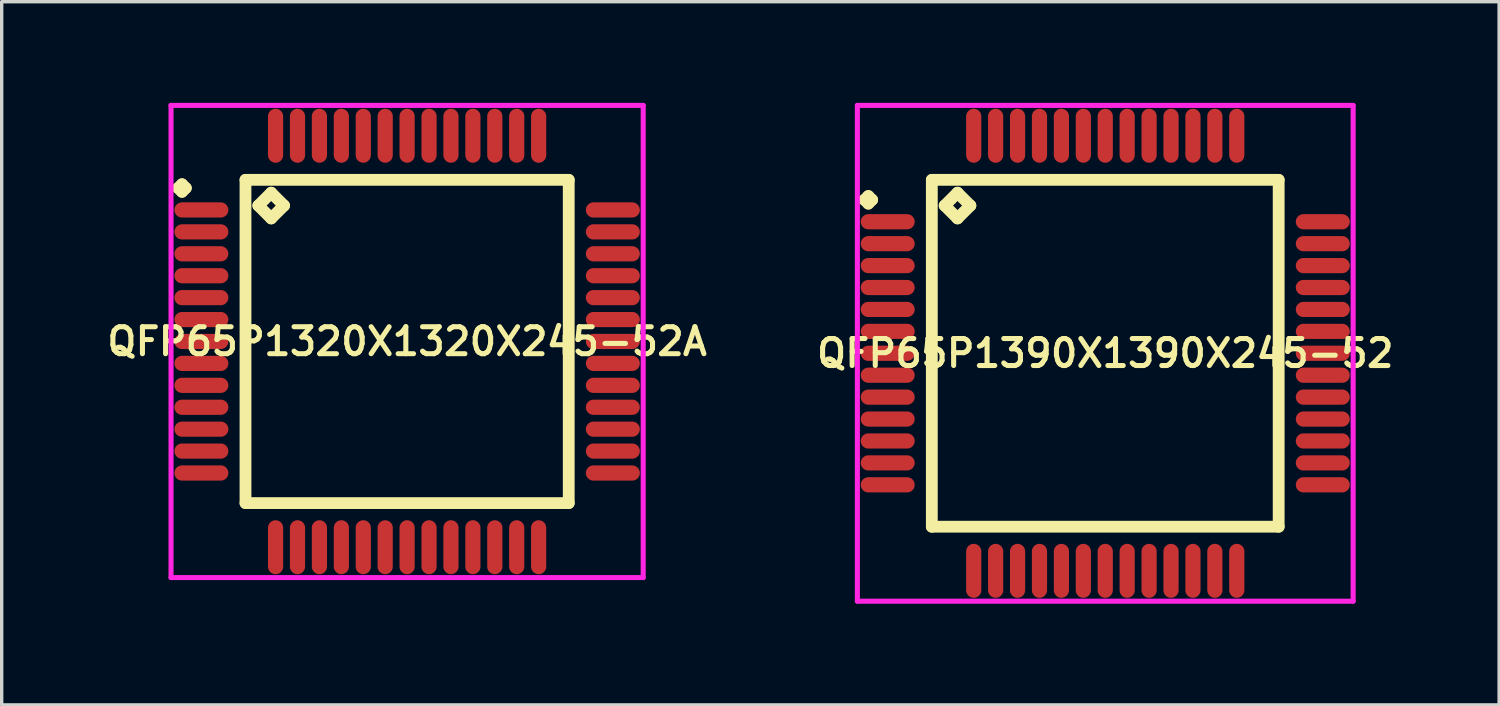
<source format=kicad_pcb>
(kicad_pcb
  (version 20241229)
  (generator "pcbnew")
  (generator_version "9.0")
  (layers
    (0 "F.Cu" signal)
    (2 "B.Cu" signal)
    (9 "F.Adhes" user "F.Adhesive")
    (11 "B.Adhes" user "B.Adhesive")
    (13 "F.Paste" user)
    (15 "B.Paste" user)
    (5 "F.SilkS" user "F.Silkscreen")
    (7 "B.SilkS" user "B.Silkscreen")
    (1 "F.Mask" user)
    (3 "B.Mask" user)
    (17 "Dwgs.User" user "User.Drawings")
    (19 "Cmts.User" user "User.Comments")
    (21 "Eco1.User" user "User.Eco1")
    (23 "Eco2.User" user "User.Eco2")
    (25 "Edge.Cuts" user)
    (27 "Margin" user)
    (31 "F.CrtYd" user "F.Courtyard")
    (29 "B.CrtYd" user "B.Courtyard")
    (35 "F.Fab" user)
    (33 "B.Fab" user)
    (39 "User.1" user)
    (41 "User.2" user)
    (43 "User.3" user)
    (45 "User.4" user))
  (footprint "QFP65P1320X1320X245-52A"
    (layer "F.Cu")
    (at 9.021 7.075)
    (property "Reference" "QFP65P1320X1320X245-52A" (at 0 0 0) (layer "F.SilkS") (effects (font (size 0.8 0.8) (thickness 0.15))))
    (attr smd)
    (fp_line (start -6.787 -4.55) (end -6.675 -4.662) (stroke (width 0.35) (type solid)) (layer "F.SilkS"))
    (fp_line (start -6.675 -4.662) (end -6.562 -4.55) (stroke (width 0.35) (type solid)) (layer "F.SilkS"))
    (fp_line (start -6.675 -4.438) (end -6.787 -4.55) (stroke (width 0.35) (type solid)) (layer "F.SilkS"))
    (fp_line (start -6.562 -4.55) (end -6.675 -4.438) (stroke (width 0.35) (type solid)) (layer "F.SilkS"))
    (fp_line (start -4.792 -4.792) (end -4.792 4.792) (stroke (width 0.35) (type solid)) (layer "F.SilkS"))
    (fp_line (start -4.792 4.792) (end 4.792 4.792) (stroke (width 0.35) (type solid)) (layer "F.SilkS"))
    (fp_line (start -4.411 -4.03) (end -4.03 -4.411) (stroke (width 0.35) (type solid)) (layer "F.SilkS"))
    (fp_line (start -4.03 -4.411) (end -3.649 -4.03) (stroke (width 0.35) (type solid)) (layer "F.SilkS"))
    (fp_line (start -4.03 -3.649) (end -4.411 -4.03) (stroke (width 0.35) (type solid)) (layer "F.SilkS"))
    (fp_line (start -3.649 -4.03) (end -4.03 -3.649) (stroke (width 0.35) (type solid)) (layer "F.SilkS"))
    (fp_line (start 4.792 -4.792) (end -4.792 -4.792) (stroke (width 0.35) (type solid)) (layer "F.SilkS"))
    (fp_line (start 4.792 4.792) (end 4.792 -4.792) (stroke (width 0.35) (type solid)) (layer "F.SilkS"))
    (fp_line (start -7 -7) (end 7 -7) (stroke (width 0.15) (type solid)) (layer "F.CrtYd"))
    (fp_line (start -7 7) (end -7 -7) (stroke (width 0.15) (type solid)) (layer "F.CrtYd"))
    (fp_line (start 7 -7) (end 7 7) (stroke (width 0.15) (type solid)) (layer "F.CrtYd"))
    (fp_line (start 7 7) (end -7 7) (stroke (width 0.15) (type solid)) (layer "F.CrtYd"))
    (pad "1" smd oval (at -6.1 -3.9) (size 1.6 0.45) (layers "F.Cu" "F.Mask" "F.Paste"))
    (pad "2" smd oval (at -6.1 -3.25) (size 1.6 0.45) (layers "F.Cu" "F.Mask" "F.Paste"))
    (pad "3" smd oval (at -6.1 -2.6) (size 1.6 0.45) (layers "F.Cu" "F.Mask" "F.Paste"))
    (pad "4" smd oval (at -6.1 -1.95) (size 1.6 0.45) (layers "F.Cu" "F.Mask" "F.Paste"))
    (pad "5" smd oval (at -6.1 -1.3) (size 1.6 0.45) (layers "F.Cu" "F.Mask" "F.Paste"))
    (pad "6" smd oval (at -6.1 -0.65) (size 1.6 0.45) (layers "F.Cu" "F.Mask" "F.Paste"))
    (pad "7" smd oval (at -6.1 0) (size 1.6 0.45) (layers "F.Cu" "F.Mask" "F.Paste"))
    (pad "8" smd oval (at -6.1 0.65) (size 1.6 0.45) (layers "F.Cu" "F.Mask" "F.Paste"))
    (pad "9" smd oval (at -6.1 1.3) (size 1.6 0.45) (layers "F.Cu" "F.Mask" "F.Paste"))
    (pad "10" smd oval (at -6.1 1.95) (size 1.6 0.45) (layers "F.Cu" "F.Mask" "F.Paste"))
    (pad "11" smd oval (at -6.1 2.6) (size 1.6 0.45) (layers "F.Cu" "F.Mask" "F.Paste"))
    (pad "12" smd oval (at -6.1 3.25) (size 1.6 0.45) (layers "F.Cu" "F.Mask" "F.Paste"))
    (pad "13" smd oval (at -6.1 3.9) (size 1.6 0.45) (layers "F.Cu" "F.Mask" "F.Paste"))
    (pad "14" smd oval (at -3.9 6.1) (size 0.45 1.6) (layers "F.Cu" "F.Mask" "F.Paste"))
    (pad "15" smd oval (at -3.25 6.1) (size 0.45 1.6) (layers "F.Cu" "F.Mask" "F.Paste"))
    (pad "16" smd oval (at -2.6 6.1) (size 0.45 1.6) (layers "F.Cu" "F.Mask" "F.Paste"))
    (pad "17" smd oval (at -1.95 6.1) (size 0.45 1.6) (layers "F.Cu" "F.Mask" "F.Paste"))
    (pad "18" smd oval (at -1.3 6.1) (size 0.45 1.6) (layers "F.Cu" "F.Mask" "F.Paste"))
    (pad "19" smd oval (at -0.65 6.1) (size 0.45 1.6) (layers "F.Cu" "F.Mask" "F.Paste"))
    (pad "20" smd oval (at 0 6.1) (size 0.45 1.6) (layers "F.Cu" "F.Mask" "F.Paste"))
    (pad "21" smd oval (at 0.65 6.1) (size 0.45 1.6) (layers "F.Cu" "F.Mask" "F.Paste"))
    (pad "22" smd oval (at 1.3 6.1) (size 0.45 1.6) (layers "F.Cu" "F.Mask" "F.Paste"))
    (pad "23" smd oval (at 1.95 6.1) (size 0.45 1.6) (layers "F.Cu" "F.Mask" "F.Paste"))
    (pad "24" smd oval (at 2.6 6.1) (size 0.45 1.6) (layers "F.Cu" "F.Mask" "F.Paste"))
    (pad "25" smd oval (at 3.25 6.1) (size 0.45 1.6) (layers "F.Cu" "F.Mask" "F.Paste"))
    (pad "26" smd oval (at 3.9 6.1) (size 0.45 1.6) (layers "F.Cu" "F.Mask" "F.Paste"))
    (pad "27" smd oval (at 6.1 3.9) (size 1.6 0.45) (layers "F.Cu" "F.Mask" "F.Paste"))
    (pad "28" smd oval (at 6.1 3.25) (size 1.6 0.45) (layers "F.Cu" "F.Mask" "F.Paste"))
    (pad "29" smd oval (at 6.1 2.6) (size 1.6 0.45) (layers "F.Cu" "F.Mask" "F.Paste"))
    (pad "30" smd oval (at 6.1 1.95) (size 1.6 0.45) (layers "F.Cu" "F.Mask" "F.Paste"))
    (pad "31" smd oval (at 6.1 1.3) (size 1.6 0.45) (layers "F.Cu" "F.Mask" "F.Paste"))
    (pad "32" smd oval (at 6.1 0.65) (size 1.6 0.45) (layers "F.Cu" "F.Mask" "F.Paste"))
    (pad "33" smd oval (at 6.1 0) (size 1.6 0.45) (layers "F.Cu" "F.Mask" "F.Paste"))
    (pad "34" smd oval (at 6.1 -0.65) (size 1.6 0.45) (layers "F.Cu" "F.Mask" "F.Paste"))
    (pad "35" smd oval (at 6.1 -1.3) (size 1.6 0.45) (layers "F.Cu" "F.Mask" "F.Paste"))
    (pad "36" smd oval (at 6.1 -1.95) (size 1.6 0.45) (layers "F.Cu" "F.Mask" "F.Paste"))
    (pad "37" smd oval (at 6.1 -2.6) (size 1.6 0.45) (layers "F.Cu" "F.Mask" "F.Paste"))
    (pad "38" smd oval (at 6.1 -3.25) (size 1.6 0.45) (layers "F.Cu" "F.Mask" "F.Paste"))
    (pad "39" smd oval (at 6.1 -3.9) (size 1.6 0.45) (layers "F.Cu" "F.Mask" "F.Paste"))
    (pad "40" smd oval (at 3.9 -6.1) (size 0.45 1.6) (layers "F.Cu" "F.Mask" "F.Paste"))
    (pad "41" smd oval (at 3.25 -6.1) (size 0.45 1.6) (layers "F.Cu" "F.Mask" "F.Paste"))
    (pad "42" smd oval (at 2.6 -6.1) (size 0.45 1.6) (layers "F.Cu" "F.Mask" "F.Paste"))
    (pad "43" smd oval (at 1.95 -6.1) (size 0.45 1.6) (layers "F.Cu" "F.Mask" "F.Paste"))
    (pad "44" smd oval (at 1.3 -6.1) (size 0.45 1.6) (layers "F.Cu" "F.Mask" "F.Paste"))
    (pad "45" smd oval (at 0.65 -6.1) (size 0.45 1.6) (layers "F.Cu" "F.Mask" "F.Paste"))
    (pad "46" smd oval (at 0 -6.1) (size 0.45 1.6) (layers "F.Cu" "F.Mask" "F.Paste"))
    (pad "47" smd oval (at -0.65 -6.1) (size 0.45 1.6) (layers "F.Cu" "F.Mask" "F.Paste"))
    (pad "48" smd oval (at -1.3 -6.1) (size 0.45 1.6) (layers "F.Cu" "F.Mask" "F.Paste"))
    (pad "49" smd oval (at -1.95 -6.1) (size 0.45 1.6) (layers "F.Cu" "F.Mask" "F.Paste"))
    (pad "50" smd oval (at -2.6 -6.1) (size 0.45 1.6) (layers "F.Cu" "F.Mask" "F.Paste"))
    (pad "51" smd oval (at -3.25 -6.1) (size 0.45 1.6) (layers "F.Cu" "F.Mask" "F.Paste"))
    (pad "52" smd oval (at -3.9 -6.1) (size 0.45 1.6) (layers "F.Cu" "F.Mask" "F.Paste")))
  (footprint "QFP65P1390X1390X245-52"
    (layer "F.Cu")
    (at 29.721 7.425)
    (property "Reference" "QFP65P1390X1390X245-52" (at 0 0 0) (layer "F.SilkS") (effects (font (size 0.8 0.8) (thickness 0.15))))
    (attr smd)
    (fp_line (start -7.138 -4.55) (end -7.025 -4.662) (stroke (width 0.35) (type solid)) (layer "F.SilkS"))
    (fp_line (start -7.025 -4.662) (end -6.912 -4.55) (stroke (width 0.35) (type solid)) (layer "F.SilkS"))
    (fp_line (start -7.025 -4.438) (end -7.138 -4.55) (stroke (width 0.35) (type solid)) (layer "F.SilkS"))
    (fp_line (start -6.912 -4.55) (end -7.025 -4.438) (stroke (width 0.35) (type solid)) (layer "F.SilkS"))
    (fp_line (start -5.142 -5.142) (end -5.142 5.142) (stroke (width 0.35) (type solid)) (layer "F.SilkS"))
    (fp_line (start -5.142 5.142) (end 5.142 5.142) (stroke (width 0.35) (type solid)) (layer "F.SilkS"))
    (fp_line (start -4.761 -4.38) (end -4.38 -4.761) (stroke (width 0.35) (type solid)) (layer "F.SilkS"))
    (fp_line (start -4.38 -4.761) (end -3.999 -4.38) (stroke (width 0.35) (type solid)) (layer "F.SilkS"))
    (fp_line (start -4.38 -3.999) (end -4.761 -4.38) (stroke (width 0.35) (type solid)) (layer "F.SilkS"))
    (fp_line (start -3.999 -4.38) (end -4.38 -3.999) (stroke (width 0.35) (type solid)) (layer "F.SilkS"))
    (fp_line (start 5.142 -5.142) (end -5.142 -5.142) (stroke (width 0.35) (type solid)) (layer "F.SilkS"))
    (fp_line (start 5.142 5.142) (end 5.142 -5.142) (stroke (width 0.35) (type solid)) (layer "F.SilkS"))
    (fp_line (start -7.35 -7.35) (end 7.35 -7.35) (stroke (width 0.15) (type solid)) (layer "F.CrtYd"))
    (fp_line (start -7.35 7.35) (end -7.35 -7.35) (stroke (width 0.15) (type solid)) (layer "F.CrtYd"))
    (fp_line (start 7.35 -7.35) (end 7.35 7.35) (stroke (width 0.15) (type solid)) (layer "F.CrtYd"))
    (fp_line (start 7.35 7.35) (end -7.35 7.35) (stroke (width 0.15) (type solid)) (layer "F.CrtYd"))
    (pad "1" smd oval (at -6.45 -3.9) (size 1.6 0.45) (layers "F.Cu" "F.Mask" "F.Paste"))
    (pad "2" smd oval (at -6.45 -3.25) (size 1.6 0.45) (layers "F.Cu" "F.Mask" "F.Paste"))
    (pad "3" smd oval (at -6.45 -2.6) (size 1.6 0.45) (layers "F.Cu" "F.Mask" "F.Paste"))
    (pad "4" smd oval (at -6.45 -1.95) (size 1.6 0.45) (layers "F.Cu" "F.Mask" "F.Paste"))
    (pad "5" smd oval (at -6.45 -1.3) (size 1.6 0.45) (layers "F.Cu" "F.Mask" "F.Paste"))
    (pad "6" smd oval (at -6.45 -0.65) (size 1.6 0.45) (layers "F.Cu" "F.Mask" "F.Paste"))
    (pad "7" smd oval (at -6.45 0) (size 1.6 0.45) (layers "F.Cu" "F.Mask" "F.Paste"))
    (pad "8" smd oval (at -6.45 0.65) (size 1.6 0.45) (layers "F.Cu" "F.Mask" "F.Paste"))
    (pad "9" smd oval (at -6.45 1.3) (size 1.6 0.45) (layers "F.Cu" "F.Mask" "F.Paste"))
    (pad "10" smd oval (at -6.45 1.95) (size 1.6 0.45) (layers "F.Cu" "F.Mask" "F.Paste"))
    (pad "11" smd oval (at -6.45 2.6) (size 1.6 0.45) (layers "F.Cu" "F.Mask" "F.Paste"))
    (pad "12" smd oval (at -6.45 3.25) (size 1.6 0.45) (layers "F.Cu" "F.Mask" "F.Paste"))
    (pad "13" smd oval (at -6.45 3.9) (size 1.6 0.45) (layers "F.Cu" "F.Mask" "F.Paste"))
    (pad "14" smd oval (at -3.9 6.45) (size 0.45 1.6) (layers "F.Cu" "F.Mask" "F.Paste"))
    (pad "15" smd oval (at -3.25 6.45) (size 0.45 1.6) (layers "F.Cu" "F.Mask" "F.Paste"))
    (pad "16" smd oval (at -2.6 6.45) (size 0.45 1.6) (layers "F.Cu" "F.Mask" "F.Paste"))
    (pad "17" smd oval (at -1.95 6.45) (size 0.45 1.6) (layers "F.Cu" "F.Mask" "F.Paste"))
    (pad "18" smd oval (at -1.3 6.45) (size 0.45 1.6) (layers "F.Cu" "F.Mask" "F.Paste"))
    (pad "19" smd oval (at -0.65 6.45) (size 0.45 1.6) (layers "F.Cu" "F.Mask" "F.Paste"))
    (pad "20" smd oval (at 0 6.45) (size 0.45 1.6) (layers "F.Cu" "F.Mask" "F.Paste"))
    (pad "21" smd oval (at 0.65 6.45) (size 0.45 1.6) (layers "F.Cu" "F.Mask" "F.Paste"))
    (pad "22" smd oval (at 1.3 6.45) (size 0.45 1.6) (layers "F.Cu" "F.Mask" "F.Paste"))
    (pad "23" smd oval (at 1.95 6.45) (size 0.45 1.6) (layers "F.Cu" "F.Mask" "F.Paste"))
    (pad "24" smd oval (at 2.6 6.45) (size 0.45 1.6) (layers "F.Cu" "F.Mask" "F.Paste"))
    (pad "25" smd oval (at 3.25 6.45) (size 0.45 1.6) (layers "F.Cu" "F.Mask" "F.Paste"))
    (pad "26" smd oval (at 3.9 6.45) (size 0.45 1.6) (layers "F.Cu" "F.Mask" "F.Paste"))
    (pad "27" smd oval (at 6.45 3.9) (size 1.6 0.45) (layers "F.Cu" "F.Mask" "F.Paste"))
    (pad "28" smd oval (at 6.45 3.25) (size 1.6 0.45) (layers "F.Cu" "F.Mask" "F.Paste"))
    (pad "29" smd oval (at 6.45 2.6) (size 1.6 0.45) (layers "F.Cu" "F.Mask" "F.Paste"))
    (pad "30" smd oval (at 6.45 1.95) (size 1.6 0.45) (layers "F.Cu" "F.Mask" "F.Paste"))
    (pad "31" smd oval (at 6.45 1.3) (size 1.6 0.45) (layers "F.Cu" "F.Mask" "F.Paste"))
    (pad "32" smd oval (at 6.45 0.65) (size 1.6 0.45) (layers "F.Cu" "F.Mask" "F.Paste"))
    (pad "33" smd oval (at 6.45 0) (size 1.6 0.45) (layers "F.Cu" "F.Mask" "F.Paste"))
    (pad "34" smd oval (at 6.45 -0.65) (size 1.6 0.45) (layers "F.Cu" "F.Mask" "F.Paste"))
    (pad "35" smd oval (at 6.45 -1.3) (size 1.6 0.45) (layers "F.Cu" "F.Mask" "F.Paste"))
    (pad "36" smd oval (at 6.45 -1.95) (size 1.6 0.45) (layers "F.Cu" "F.Mask" "F.Paste"))
    (pad "37" smd oval (at 6.45 -2.6) (size 1.6 0.45) (layers "F.Cu" "F.Mask" "F.Paste"))
    (pad "38" smd oval (at 6.45 -3.25) (size 1.6 0.45) (layers "F.Cu" "F.Mask" "F.Paste"))
    (pad "39" smd oval (at 6.45 -3.9) (size 1.6 0.45) (layers "F.Cu" "F.Mask" "F.Paste"))
    (pad "40" smd oval (at 3.9 -6.45) (size 0.45 1.6) (layers "F.Cu" "F.Mask" "F.Paste"))
    (pad "41" smd oval (at 3.25 -6.45) (size 0.45 1.6) (layers "F.Cu" "F.Mask" "F.Paste"))
    (pad "42" smd oval (at 2.6 -6.45) (size 0.45 1.6) (layers "F.Cu" "F.Mask" "F.Paste"))
    (pad "43" smd oval (at 1.95 -6.45) (size 0.45 1.6) (layers "F.Cu" "F.Mask" "F.Paste"))
    (pad "44" smd oval (at 1.3 -6.45) (size 0.45 1.6) (layers "F.Cu" "F.Mask" "F.Paste"))
    (pad "45" smd oval (at 0.65 -6.45) (size 0.45 1.6) (layers "F.Cu" "F.Mask" "F.Paste"))
    (pad "46" smd oval (at 0 -6.45) (size 0.45 1.6) (layers "F.Cu" "F.Mask" "F.Paste"))
    (pad "47" smd oval (at -0.65 -6.45) (size 0.45 1.6) (layers "F.Cu" "F.Mask" "F.Paste"))
    (pad "48" smd oval (at -1.3 -6.45) (size 0.45 1.6) (layers "F.Cu" "F.Mask" "F.Paste"))
    (pad "49" smd oval (at -1.95 -6.45) (size 0.45 1.6) (layers "F.Cu" "F.Mask" "F.Paste"))
    (pad "50" smd oval (at -2.6 -6.45) (size 0.45 1.6) (layers "F.Cu" "F.Mask" "F.Paste"))
    (pad "51" smd oval (at -3.25 -6.45) (size 0.45 1.6) (layers "F.Cu" "F.Mask" "F.Paste"))
    (pad "52" smd oval (at -3.9 -6.45) (size 0.45 1.6) (layers "F.Cu" "F.Mask" "F.Paste")))
  (gr_rect
    (start -3 -3)
    (end 41.399 17.85)
    (stroke (width 0.1) (type default))
    (fill no)
    (layer "Edge.Cuts")))
</source>
